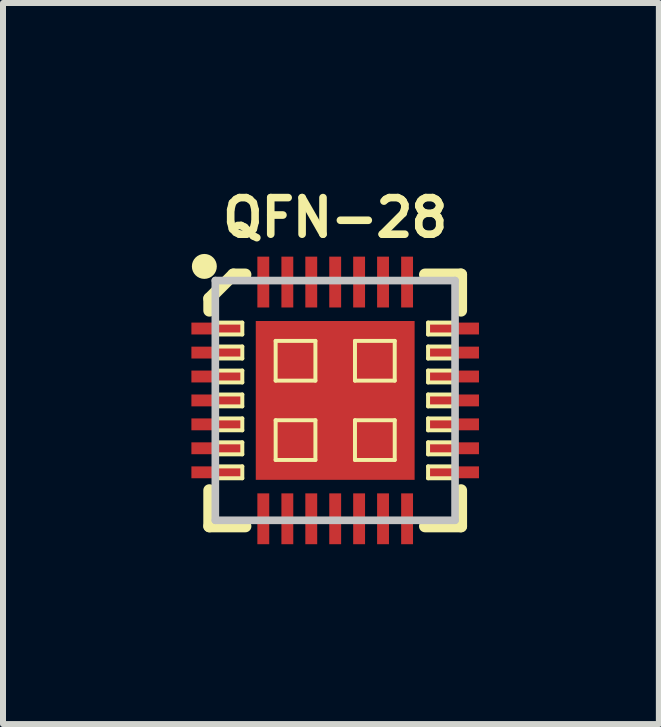
<source format=kicad_pcb>
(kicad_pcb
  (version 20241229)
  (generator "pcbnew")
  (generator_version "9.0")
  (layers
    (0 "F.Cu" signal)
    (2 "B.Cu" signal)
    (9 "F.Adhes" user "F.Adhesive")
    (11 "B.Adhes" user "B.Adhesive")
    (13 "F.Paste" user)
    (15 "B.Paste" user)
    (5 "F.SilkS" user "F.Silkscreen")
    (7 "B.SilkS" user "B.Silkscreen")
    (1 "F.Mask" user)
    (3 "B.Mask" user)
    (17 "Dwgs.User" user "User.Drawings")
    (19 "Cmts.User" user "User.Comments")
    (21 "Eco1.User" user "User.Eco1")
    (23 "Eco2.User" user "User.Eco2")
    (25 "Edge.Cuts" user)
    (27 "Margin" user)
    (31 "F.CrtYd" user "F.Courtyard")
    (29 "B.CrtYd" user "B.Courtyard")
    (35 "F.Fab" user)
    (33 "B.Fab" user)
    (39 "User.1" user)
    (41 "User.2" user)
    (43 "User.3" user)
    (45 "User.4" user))
  (footprint "QFN-28"
    (layer "F.Cu")
    (at 2.54 3.628)
    (property "Reference" "QFN-28" (at 0 -3.048 0) (layer "F.SilkS") (effects (font (size 0.61 0.61) (thickness 0.127))))
    (attr smd)
    (fp_line (start -2.098 -1.699) (end -2.098 -1.499) (stroke (width 0.203) (type solid)) (layer "F.SilkS"))
    (fp_line (start -2.098 -1.699) (end -1.699 -2.098) (stroke (width 0.203) (type solid)) (layer "F.SilkS"))
    (fp_line (start -2.098 2.098) (end -2.098 1.499) (stroke (width 0.203) (type solid)) (layer "F.SilkS"))
    (fp_line (start -2.098 2.098) (end -1.499 2.098) (stroke (width 0.203) (type solid)) (layer "F.SilkS"))
    (fp_line (start -1.999 -1.298) (end -1.549 -1.298) (stroke (width 0.066) (type solid)) (layer "F.SilkS"))
    (fp_line (start -1.999 -1.1) (end -1.999 -1.298) (stroke (width 0.066) (type solid)) (layer "F.SilkS"))
    (fp_line (start -1.999 -1.1) (end -1.549 -1.1) (stroke (width 0.066) (type solid)) (layer "F.SilkS"))
    (fp_line (start -1.999 -0.899) (end -1.549 -0.899) (stroke (width 0.066) (type solid)) (layer "F.SilkS"))
    (fp_line (start -1.999 -0.699) (end -1.999 -0.899) (stroke (width 0.066) (type solid)) (layer "F.SilkS"))
    (fp_line (start -1.999 -0.699) (end -1.549 -0.699) (stroke (width 0.066) (type solid)) (layer "F.SilkS"))
    (fp_line (start -1.999 -0.498) (end -1.549 -0.498) (stroke (width 0.066) (type solid)) (layer "F.SilkS"))
    (fp_line (start -1.999 -0.3) (end -1.999 -0.498) (stroke (width 0.066) (type solid)) (layer "F.SilkS"))
    (fp_line (start -1.999 -0.3) (end -1.549 -0.3) (stroke (width 0.066) (type solid)) (layer "F.SilkS"))
    (fp_line (start -1.999 -0.099) (end -1.549 -0.099) (stroke (width 0.066) (type solid)) (layer "F.SilkS"))
    (fp_line (start -1.999 0.099) (end -1.999 -0.099) (stroke (width 0.066) (type solid)) (layer "F.SilkS"))
    (fp_line (start -1.999 0.099) (end -1.549 0.099) (stroke (width 0.066) (type solid)) (layer "F.SilkS"))
    (fp_line (start -1.999 0.3) (end -1.549 0.3) (stroke (width 0.066) (type solid)) (layer "F.SilkS"))
    (fp_line (start -1.999 0.498) (end -1.999 0.3) (stroke (width 0.066) (type solid)) (layer "F.SilkS"))
    (fp_line (start -1.999 0.498) (end -1.549 0.498) (stroke (width 0.066) (type solid)) (layer "F.SilkS"))
    (fp_line (start -1.999 0.699) (end -1.549 0.699) (stroke (width 0.066) (type solid)) (layer "F.SilkS"))
    (fp_line (start -1.999 0.899) (end -1.999 0.699) (stroke (width 0.066) (type solid)) (layer "F.SilkS"))
    (fp_line (start -1.999 0.899) (end -1.549 0.899) (stroke (width 0.066) (type solid)) (layer "F.SilkS"))
    (fp_line (start -1.999 1.1) (end -1.549 1.1) (stroke (width 0.066) (type solid)) (layer "F.SilkS"))
    (fp_line (start -1.999 1.298) (end -1.999 1.1) (stroke (width 0.066) (type solid)) (layer "F.SilkS"))
    (fp_line (start -1.999 1.298) (end -1.549 1.298) (stroke (width 0.066) (type solid)) (layer "F.SilkS"))
    (fp_line (start -1.699 -2.098) (end -1.499 -2.098) (stroke (width 0.203) (type solid)) (layer "F.SilkS"))
    (fp_line (start -1.549 -1.1) (end -1.549 -1.298) (stroke (width 0.066) (type solid)) (layer "F.SilkS"))
    (fp_line (start -1.549 -0.699) (end -1.549 -0.899) (stroke (width 0.066) (type solid)) (layer "F.SilkS"))
    (fp_line (start -1.549 -0.3) (end -1.549 -0.498) (stroke (width 0.066) (type solid)) (layer "F.SilkS"))
    (fp_line (start -1.549 0.099) (end -1.549 -0.099) (stroke (width 0.066) (type solid)) (layer "F.SilkS"))
    (fp_line (start -1.549 0.498) (end -1.549 0.3) (stroke (width 0.066) (type solid)) (layer "F.SilkS"))
    (fp_line (start -1.549 0.899) (end -1.549 0.699) (stroke (width 0.066) (type solid)) (layer "F.SilkS"))
    (fp_line (start -1.549 1.298) (end -1.549 1.1) (stroke (width 0.066) (type solid)) (layer "F.SilkS"))
    (fp_line (start -0.993 -0.993) (end -0.33 -0.993) (stroke (width 0.066) (type solid)) (layer "F.SilkS"))
    (fp_line (start -0.993 -0.33) (end -0.993 -0.993) (stroke (width 0.066) (type solid)) (layer "F.SilkS"))
    (fp_line (start -0.993 -0.33) (end -0.33 -0.33) (stroke (width 0.066) (type solid)) (layer "F.SilkS"))
    (fp_line (start -0.993 0.33) (end -0.33 0.33) (stroke (width 0.066) (type solid)) (layer "F.SilkS"))
    (fp_line (start -0.993 0.993) (end -0.993 0.33) (stroke (width 0.066) (type solid)) (layer "F.SilkS"))
    (fp_line (start -0.993 0.993) (end -0.33 0.993) (stroke (width 0.066) (type solid)) (layer "F.SilkS"))
    (fp_line (start -0.33 -0.33) (end -0.33 -0.993) (stroke (width 0.066) (type solid)) (layer "F.SilkS"))
    (fp_line (start -0.33 0.993) (end -0.33 0.33) (stroke (width 0.066) (type solid)) (layer "F.SilkS"))
    (fp_line (start 0.33 -0.993) (end 0.993 -0.993) (stroke (width 0.066) (type solid)) (layer "F.SilkS"))
    (fp_line (start 0.33 -0.33) (end 0.33 -0.993) (stroke (width 0.066) (type solid)) (layer "F.SilkS"))
    (fp_line (start 0.33 -0.33) (end 0.993 -0.33) (stroke (width 0.066) (type solid)) (layer "F.SilkS"))
    (fp_line (start 0.33 0.33) (end 0.993 0.33) (stroke (width 0.066) (type solid)) (layer "F.SilkS"))
    (fp_line (start 0.33 0.993) (end 0.33 0.33) (stroke (width 0.066) (type solid)) (layer "F.SilkS"))
    (fp_line (start 0.33 0.993) (end 0.993 0.993) (stroke (width 0.066) (type solid)) (layer "F.SilkS"))
    (fp_line (start 0.993 -0.33) (end 0.993 -0.993) (stroke (width 0.066) (type solid)) (layer "F.SilkS"))
    (fp_line (start 0.993 0.993) (end 0.993 0.33) (stroke (width 0.066) (type solid)) (layer "F.SilkS"))
    (fp_line (start 1.549 -1.298) (end 1.999 -1.298) (stroke (width 0.066) (type solid)) (layer "F.SilkS"))
    (fp_line (start 1.549 -1.1) (end 1.549 -1.298) (stroke (width 0.066) (type solid)) (layer "F.SilkS"))
    (fp_line (start 1.549 -1.1) (end 1.999 -1.1) (stroke (width 0.066) (type solid)) (layer "F.SilkS"))
    (fp_line (start 1.549 -0.899) (end 1.999 -0.899) (stroke (width 0.066) (type solid)) (layer "F.SilkS"))
    (fp_line (start 1.549 -0.699) (end 1.549 -0.899) (stroke (width 0.066) (type solid)) (layer "F.SilkS"))
    (fp_line (start 1.549 -0.699) (end 1.999 -0.699) (stroke (width 0.066) (type solid)) (layer "F.SilkS"))
    (fp_line (start 1.549 -0.498) (end 1.999 -0.498) (stroke (width 0.066) (type solid)) (layer "F.SilkS"))
    (fp_line (start 1.549 -0.3) (end 1.549 -0.498) (stroke (width 0.066) (type solid)) (layer "F.SilkS"))
    (fp_line (start 1.549 -0.3) (end 1.999 -0.3) (stroke (width 0.066) (type solid)) (layer "F.SilkS"))
    (fp_line (start 1.549 -0.099) (end 1.999 -0.099) (stroke (width 0.066) (type solid)) (layer "F.SilkS"))
    (fp_line (start 1.549 0.099) (end 1.549 -0.099) (stroke (width 0.066) (type solid)) (layer "F.SilkS"))
    (fp_line (start 1.549 0.099) (end 1.999 0.099) (stroke (width 0.066) (type solid)) (layer "F.SilkS"))
    (fp_line (start 1.549 0.3) (end 1.999 0.3) (stroke (width 0.066) (type solid)) (layer "F.SilkS"))
    (fp_line (start 1.549 0.498) (end 1.549 0.3) (stroke (width 0.066) (type solid)) (layer "F.SilkS"))
    (fp_line (start 1.549 0.498) (end 1.999 0.498) (stroke (width 0.066) (type solid)) (layer "F.SilkS"))
    (fp_line (start 1.549 0.699) (end 1.999 0.699) (stroke (width 0.066) (type solid)) (layer "F.SilkS"))
    (fp_line (start 1.549 0.899) (end 1.549 0.699) (stroke (width 0.066) (type solid)) (layer "F.SilkS"))
    (fp_line (start 1.549 0.899) (end 1.999 0.899) (stroke (width 0.066) (type solid)) (layer "F.SilkS"))
    (fp_line (start 1.549 1.1) (end 1.999 1.1) (stroke (width 0.066) (type solid)) (layer "F.SilkS"))
    (fp_line (start 1.549 1.298) (end 1.549 1.1) (stroke (width 0.066) (type solid)) (layer "F.SilkS"))
    (fp_line (start 1.549 1.298) (end 1.999 1.298) (stroke (width 0.066) (type solid)) (layer "F.SilkS"))
    (fp_line (start 1.999 -1.1) (end 1.999 -1.298) (stroke (width 0.066) (type solid)) (layer "F.SilkS"))
    (fp_line (start 1.999 -0.699) (end 1.999 -0.899) (stroke (width 0.066) (type solid)) (layer "F.SilkS"))
    (fp_line (start 1.999 -0.3) (end 1.999 -0.498) (stroke (width 0.066) (type solid)) (layer "F.SilkS"))
    (fp_line (start 1.999 0.099) (end 1.999 -0.099) (stroke (width 0.066) (type solid)) (layer "F.SilkS"))
    (fp_line (start 1.999 0.498) (end 1.999 0.3) (stroke (width 0.066) (type solid)) (layer "F.SilkS"))
    (fp_line (start 1.999 0.899) (end 1.999 0.699) (stroke (width 0.066) (type solid)) (layer "F.SilkS"))
    (fp_line (start 1.999 1.298) (end 1.999 1.1) (stroke (width 0.066) (type solid)) (layer "F.SilkS"))
    (fp_line (start 2.098 -2.098) (end 1.499 -2.098) (stroke (width 0.203) (type solid)) (layer "F.SilkS"))
    (fp_line (start 2.098 -2.098) (end 2.098 -1.499) (stroke (width 0.203) (type solid)) (layer "F.SilkS"))
    (fp_line (start 2.098 2.098) (end 1.499 2.098) (stroke (width 0.203) (type solid)) (layer "F.SilkS"))
    (fp_line (start 2.098 2.098) (end 2.098 1.499) (stroke (width 0.203) (type solid)) (layer "F.SilkS"))
    (fp_circle (center -2.182 -2.235) (end -2.182 -2.443) (stroke (width 0) (type solid)) (fill yes) (layer "F.SilkS"))
    (fp_line (start -0.889 -0.889) (end -0.381 -0.889) (stroke (width 0.254) (type solid)) (layer "F.Paste"))
    (fp_line (start -0.889 -0.889) (end -0.381 -0.381) (stroke (width 0.254) (type solid)) (layer "F.Paste"))
    (fp_line (start -0.889 -0.381) (end -0.889 -0.889) (stroke (width 0.254) (type solid)) (layer "F.Paste"))
    (fp_line (start -0.889 0.381) (end -0.889 0.889) (stroke (width 0.254) (type solid)) (layer "F.Paste"))
    (fp_line (start -0.889 0.381) (end -0.381 0.381) (stroke (width 0.254) (type solid)) (layer "F.Paste"))
    (fp_line (start -0.889 0.635) (end -0.381 0.635) (stroke (width 0.254) (type solid)) (layer "F.Paste"))
    (fp_line (start -0.889 0.889) (end -0.381 0.889) (stroke (width 0.254) (type solid)) (layer "F.Paste"))
    (fp_line (start -0.381 -0.889) (end -0.889 -0.381) (stroke (width 0.254) (type solid)) (layer "F.Paste"))
    (fp_line (start -0.381 -0.889) (end -0.381 -0.381) (stroke (width 0.254) (type solid)) (layer "F.Paste"))
    (fp_line (start -0.381 -0.381) (end -0.889 -0.381) (stroke (width 0.254) (type solid)) (layer "F.Paste"))
    (fp_line (start -0.381 0.381) (end -0.381 0.889) (stroke (width 0.254) (type solid)) (layer "F.Paste"))
    (fp_line (start 0.381 -0.889) (end 0.889 -0.889) (stroke (width 0.254) (type solid)) (layer "F.Paste"))
    (fp_line (start 0.381 -0.508) (end 0.889 -0.508) (stroke (width 0.254) (type solid)) (layer "F.Paste"))
    (fp_line (start 0.381 -0.381) (end 0.381 -0.889) (stroke (width 0.254) (type solid)) (layer "F.Paste"))
    (fp_line (start 0.381 0.381) (end 0.381 0.889) (stroke (width 0.254) (type solid)) (layer "F.Paste"))
    (fp_line (start 0.381 0.381) (end 0.889 0.381) (stroke (width 0.254) (type solid)) (layer "F.Paste"))
    (fp_line (start 0.381 0.635) (end 0.889 0.635) (stroke (width 0.254) (type solid)) (layer "F.Paste"))
    (fp_line (start 0.381 0.889) (end 0.889 0.889) (stroke (width 0.254) (type solid)) (layer "F.Paste"))
    (fp_line (start 0.889 -0.889) (end 0.889 -0.381) (stroke (width 0.254) (type solid)) (layer "F.Paste"))
    (fp_line (start 0.889 -0.762) (end 0.381 -0.762) (stroke (width 0.254) (type solid)) (layer "F.Paste"))
    (fp_line (start 0.889 -0.381) (end 0.381 -0.381) (stroke (width 0.254) (type solid)) (layer "F.Paste"))
    (fp_line (start 0.889 0.381) (end 0.889 0.889) (stroke (width 0.254) (type solid)) (layer "F.Paste"))
    (fp_circle (center -2.286 -2.286) (end -2.159 -2.286) (stroke (width 0.254) (type solid)) (fill no) (layer "B.Paste"))
    (fp_line (start -1.999 -1.999) (end 1.999 -1.999) (stroke (width 0.127) (type solid)) (layer "Dwgs.User"))
    (fp_line (start -1.999 1.999) (end -1.999 -1.999) (stroke (width 0.127) (type solid)) (layer "Dwgs.User"))
    (fp_line (start 1.999 -1.999) (end 1.999 1.999) (stroke (width 0.127) (type solid)) (layer "Dwgs.User"))
    (fp_line (start 1.999 1.999) (end -1.999 1.999) (stroke (width 0.127) (type solid)) (layer "Dwgs.User"))
    (pad "1" smd rect (at -1.974 -1.199) (size 0.848 0.198) (layers "F.Cu" "F.Mask" "F.Paste"))
    (pad "2" smd rect (at -1.974 -0.798) (size 0.848 0.198) (layers "F.Cu" "F.Mask" "F.Paste"))
    (pad "3" smd rect (at -1.974 -0.399) (size 0.848 0.198) (layers "F.Cu" "F.Mask" "F.Paste"))
    (pad "4" smd rect (at -1.974 0) (size 0.848 0.198) (layers "F.Cu" "F.Mask" "F.Paste"))
    (pad "5" smd rect (at -1.974 0.399) (size 0.848 0.198) (layers "F.Cu" "F.Mask" "F.Paste"))
    (pad "6" smd rect (at -1.974 0.798) (size 0.848 0.198) (layers "F.Cu" "F.Mask" "F.Paste"))
    (pad "7" smd rect (at -1.974 1.199) (size 0.848 0.198) (layers "F.Cu" "F.Mask" "F.Paste"))
    (pad "8" smd rect (at -1.199 1.974 90) (size 0.848 0.198) (layers "F.Cu" "F.Mask" "F.Paste"))
    (pad "9" smd rect (at -0.798 1.974 90) (size 0.848 0.198) (layers "F.Cu" "F.Mask" "F.Paste"))
    (pad "10" smd rect (at -0.399 1.974 90) (size 0.848 0.198) (layers "F.Cu" "F.Mask" "F.Paste"))
    (pad "11" smd rect (at 0 1.974 90) (size 0.848 0.198) (layers "F.Cu" "F.Mask" "F.Paste"))
    (pad "12" smd rect (at 0.399 1.974 90) (size 0.848 0.198) (layers "F.Cu" "F.Mask" "F.Paste"))
    (pad "13" smd rect (at 0.798 1.974 90) (size 0.848 0.198) (layers "F.Cu" "F.Mask" "F.Paste"))
    (pad "14" smd rect (at 1.199 1.974 90) (size 0.848 0.198) (layers "F.Cu" "F.Mask" "F.Paste"))
    (pad "15" smd rect (at 1.974 1.199 180) (size 0.848 0.198) (layers "F.Cu" "F.Mask" "F.Paste"))
    (pad "16" smd rect (at 1.974 0.798 180) (size 0.848 0.198) (layers "F.Cu" "F.Mask" "F.Paste"))
    (pad "17" smd rect (at 1.974 0.399 180) (size 0.848 0.198) (layers "F.Cu" "F.Mask" "F.Paste"))
    (pad "18" smd rect (at 1.974 0 180) (size 0.848 0.198) (layers "F.Cu" "F.Mask" "F.Paste"))
    (pad "19" smd rect (at 1.974 -0.399 180) (size 0.848 0.198) (layers "F.Cu" "F.Mask" "F.Paste"))
    (pad "20" smd rect (at 1.974 -0.798 180) (size 0.848 0.198) (layers "F.Cu" "F.Mask" "F.Paste"))
    (pad "21" smd rect (at 1.974 -1.199 180) (size 0.848 0.198) (layers "F.Cu" "F.Mask" "F.Paste"))
    (pad "22" smd rect (at 1.199 -1.974 270) (size 0.848 0.198) (layers "F.Cu" "F.Mask" "F.Paste"))
    (pad "23" smd rect (at 0.798 -1.974 270) (size 0.848 0.198) (layers "F.Cu" "F.Mask" "F.Paste"))
    (pad "24" smd rect (at 0.399 -1.974 270) (size 0.848 0.198) (layers "F.Cu" "F.Mask" "F.Paste"))
    (pad "25" smd rect (at 0 -1.974 270) (size 0.848 0.198) (layers "F.Cu" "F.Mask" "F.Paste"))
    (pad "26" smd rect (at -0.399 -1.974 270) (size 0.848 0.198) (layers "F.Cu" "F.Mask" "F.Paste"))
    (pad "27" smd rect (at -0.798 -1.974 270) (size 0.848 0.198) (layers "F.Cu" "F.Mask" "F.Paste"))
    (pad "28" smd rect (at -1.199 -1.974 270) (size 0.848 0.198) (layers "F.Cu" "F.Mask" "F.Paste"))
    (pad "29" smd rect (at 0 0) (size 2.649 2.649) (layers "F.Cu" "F.Mask" "F.Paste")))
  (gr_rect
    (start -3 -3)
    (end 7.938 9.025)
    (stroke (width 0.1) (type default))
    (fill no)
    (layer "Edge.Cuts")))
</source>
